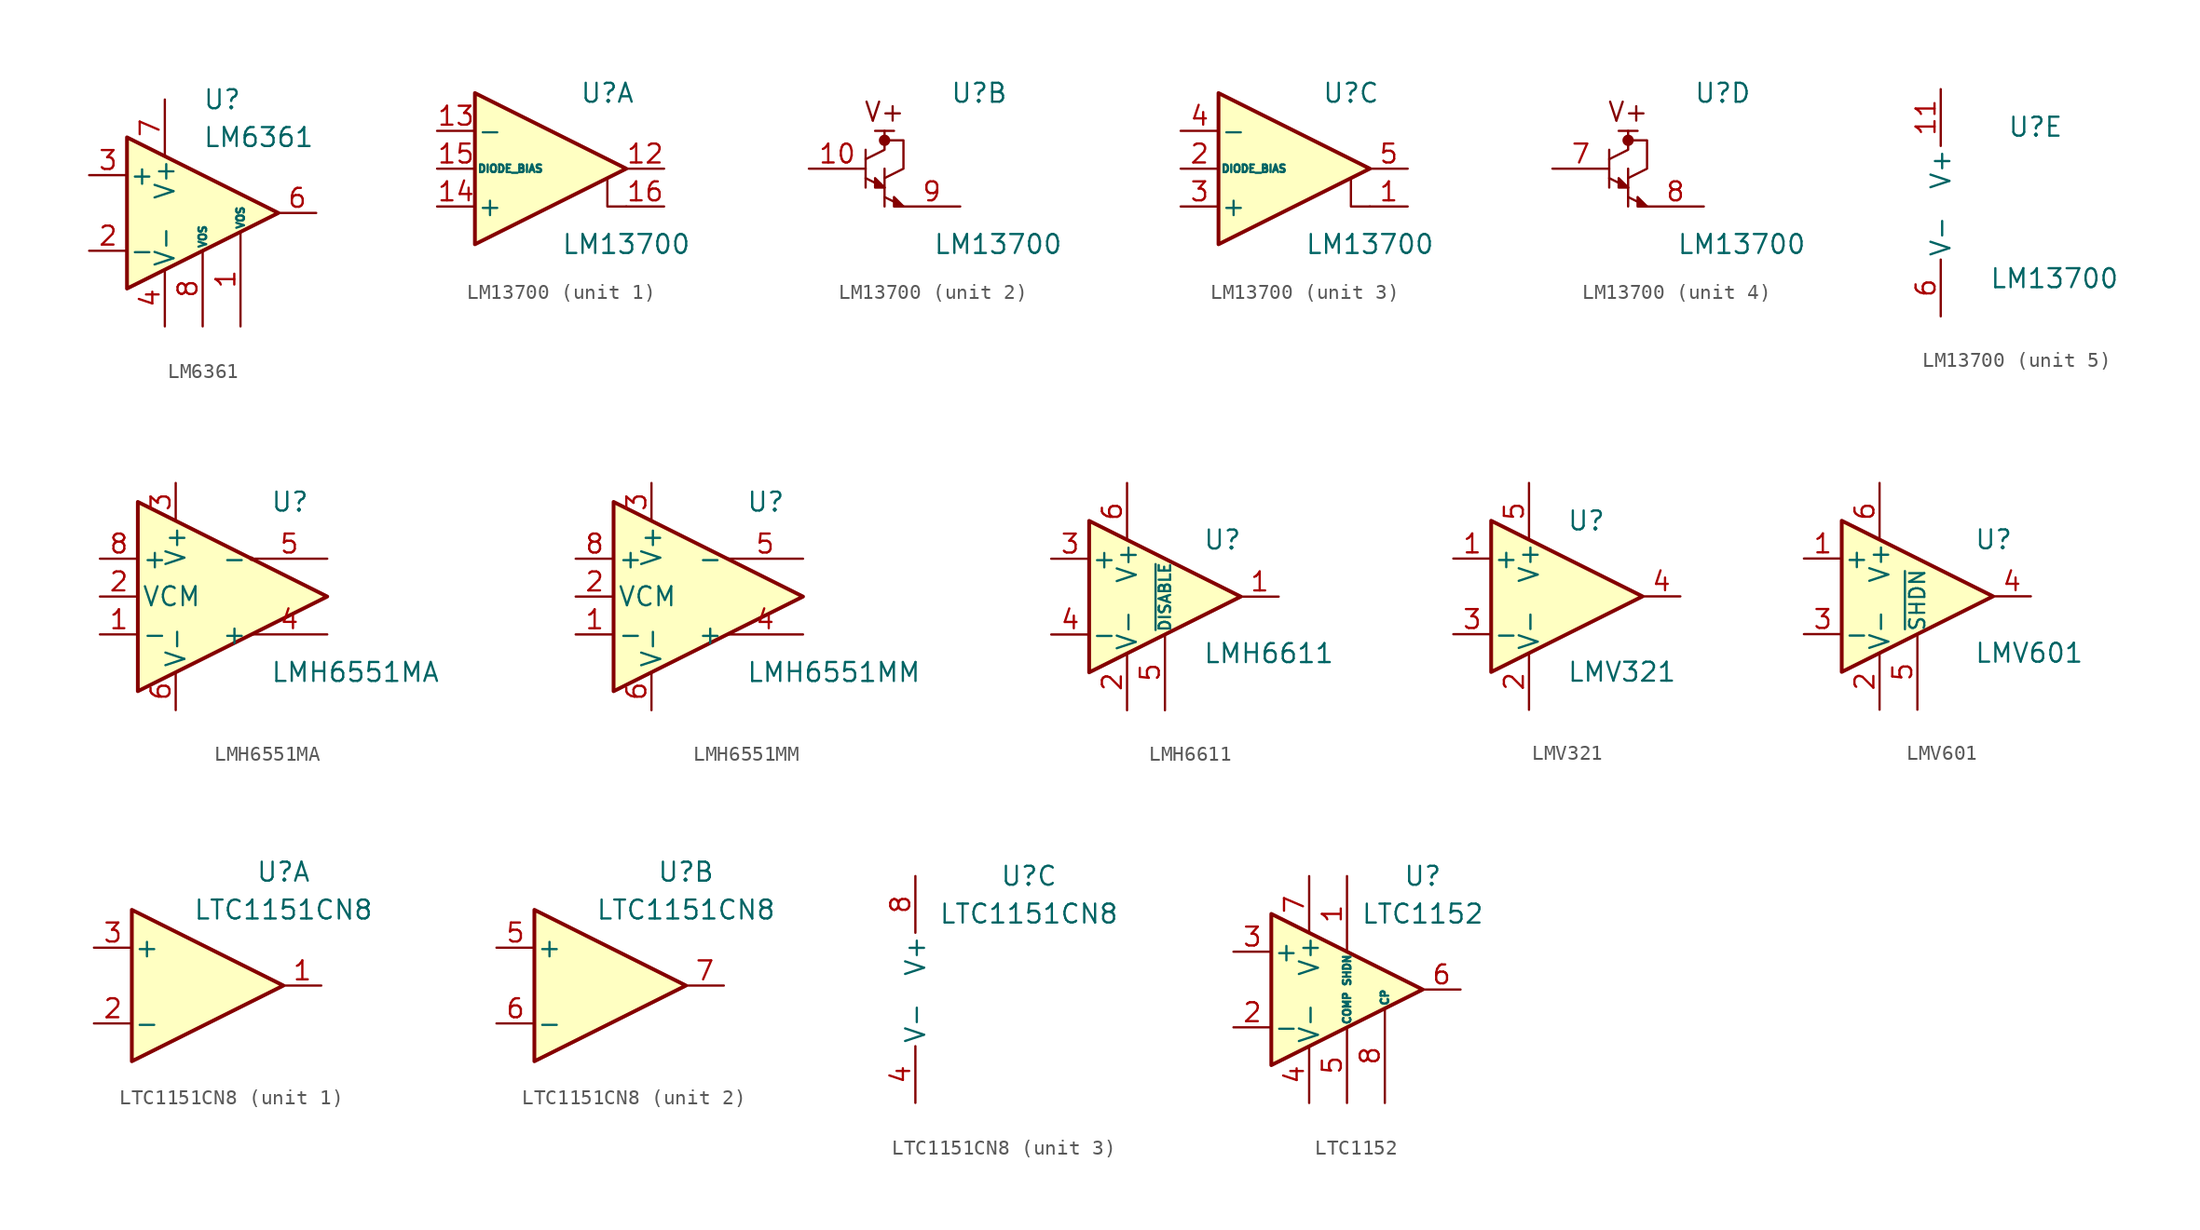
<source format=kicad_sym>
(kicad_symbol_lib
  (version 20201005)
  (generator kicad_symbol_editor)
  (symbol "LM6361"
    (pin_names
      (offset 0.127))
    (property "Reference" "U"
      (at 0 7.62 0)
      (effects (font (size 1.27 1.27)) (justify left)))
    (property "Value" "LM6361"
      (at 0 5.08 0)
      (effects (font (size 1.27 1.27)) (justify left)))
    (symbol "LM6361_0_1"
      (polyline (pts (xy -5.08 5.08) (xy 5.08 0) (xy -5.08 -5.08) (xy -5.08 5.08)) (stroke (width 0.254)) (fill (type background)))
      (pin no_connect line (at 0 2.54 270) (length 2.54) hide (name "NC" (effects (font (size 1.27 1.27)))) (number "5" (effects (font (size 1.27 1.27))))))
    (symbol "LM6361_1_1"
      (pin passive line (at 2.54 -7.62 90) (length 6.35) (name "VOS" (effects (font (size 0.508 0.508)))) (number "1" (effects (font (size 1.27 1.27)))))
      (pin input line (at -7.62 -2.54 0) (length 2.54) (name "-" (effects (font (size 1.27 1.27)))) (number "2" (effects (font (size 1.27 1.27)))))
      (pin input line (at -7.62 2.54 0) (length 2.54) (name "+" (effects (font (size 1.27 1.27)))) (number "3" (effects (font (size 1.27 1.27)))))
      (pin power_in line (at -2.54 -7.62 90) (length 3.81) (name "V-" (effects (font (size 1.27 1.27)))) (number "4" (effects (font (size 1.27 1.27)))))
      (pin output line (at 7.62 0 180) (length 2.54) (name "~" (effects (font (size 1.27 1.27)))) (number "6" (effects (font (size 1.27 1.27)))))
      (pin power_in line (at -2.54 7.62 270) (length 3.81) (name "V+" (effects (font (size 1.27 1.27)))) (number "7" (effects (font (size 1.27 1.27)))))
      (pin passive line (at 0 -7.62 90) (length 5.08) (name "VOS" (effects (font (size 0.508 0.508)))) (number "8" (effects (font (size 1.27 1.27)))))))
  (symbol "LM13700"
    (pin_names
      (offset 0.127))
    (property "Reference" "U"
      (at 3.81 5.08 0)
      (effects (font (size 1.27 1.27))))
    (property "Value" "LM13700"
      (at 5.08 -5.08 0)
      (effects (font (size 1.27 1.27))))
    (property "ki_locked" ""
      (at 0 0 0)
      (effects (font (size 1.27 1.27))))
    (symbol "LM13700_1_1"
      (polyline (pts (xy 3.81 -0.635) (xy 3.81 -2.54) (xy 5.08 -2.54)) (stroke (width 0)) (fill (type none)))
      (polyline (pts (xy 5.08 0) (xy -5.08 -5.08) (xy -5.08 5.08) (xy 5.08 0)) (stroke (width 0.254)) (fill (type background)))
      (pin output line (at 7.62 0 180) (length 2.54) (name "~" (effects (font (size 1.27 1.27)))) (number "12" (effects (font (size 1.27 1.27)))))
      (pin input line (at -7.62 2.54 0) (length 2.54) (name "-" (effects (font (size 1.27 1.27)))) (number "13" (effects (font (size 1.27 1.27)))))
      (pin input line (at -7.62 -2.54 0) (length 2.54) (name "+" (effects (font (size 1.27 1.27)))) (number "14" (effects (font (size 1.27 1.27)))))
      (pin input line (at -7.62 0 0) (length 2.54) (name "DIODE_BIAS" (effects (font (size 0.508 0.508)))) (number "15" (effects (font (size 1.27 1.27)))))
      (pin input line (at 7.62 -2.54 180) (length 2.54) (name "~" (effects (font (size 1.27 1.27)))) (number "16" (effects (font (size 1.27 1.27))))))
    (symbol "LM13700_2_0"
      (polyline (pts (xy -1.905 2.54) (xy -3.175 2.54)) (stroke (width 0)) (fill (type none))))
    (symbol "LM13700_2_1"
      (circle (center -2.54 1.905) (radius 0.254) (stroke (width 0.254)) (fill (type outline)))
      (text "V+" (at -2.54 3.81 0) (effects (font (size 1.27 1.27))))
      (polyline (pts (xy -3.81 -0.635) (xy -2.54 -1.27)) (stroke (width 0)) (fill (type none)))
      (polyline (pts (xy -3.81 1.27) (xy -3.81 -1.27)) (stroke (width 0)) (fill (type none)))
      (polyline (pts (xy -2.54 -1.905) (xy -1.27 -2.54)) (stroke (width 0)) (fill (type none)))
      (polyline (pts (xy -2.54 0) (xy -2.54 -2.54)) (stroke (width 0)) (fill (type none)))
      (polyline (pts (xy -3.81 0.635) (xy -2.54 1.27) (xy -2.54 1.905) (xy -2.54 2.54)) (stroke (width 0)) (fill (type none)))
      (polyline (pts (xy -2.54 -1.27) (xy -3.175 -0.635) (xy -3.175 -1.27) (xy -2.54 -1.27)) (stroke (width 0)) (fill (type outline)))
      (polyline (pts (xy -2.54 -0.635) (xy -1.27 0) (xy -1.27 1.905) (xy -2.54 1.905)) (stroke (width 0)) (fill (type none)))
      (polyline (pts (xy -1.27 -2.54) (xy -1.905 -1.905) (xy -1.905 -2.54) (xy -1.27 -2.54)) (stroke (width 0)) (fill (type outline)))
      (pin input line (at -7.62 0 0) (length 3.81) (name "~" (effects (font (size 1.27 1.27)))) (number "10" (effects (font (size 1.27 1.27)))))
      (pin output line (at 2.54 -2.54 180) (length 3.81) (name "~" (effects (font (size 1.27 1.27)))) (number "9" (effects (font (size 1.27 1.27))))))
    (symbol "LM13700_3_1"
      (polyline (pts (xy 3.81 -0.635) (xy 3.81 -2.54) (xy 5.08 -2.54)) (stroke (width 0)) (fill (type none)))
      (polyline (pts (xy 5.08 0) (xy -5.08 -5.08) (xy -5.08 5.08) (xy 5.08 0)) (stroke (width 0.254)) (fill (type background)))
      (pin input line (at 7.62 -2.54 180) (length 2.54) (name "~" (effects (font (size 1.27 1.27)))) (number "1" (effects (font (size 1.27 1.27)))))
      (pin input line (at -7.62 0 0) (length 2.54) (name "DIODE_BIAS" (effects (font (size 0.508 0.508)))) (number "2" (effects (font (size 1.27 1.27)))))
      (pin input line (at -7.62 -2.54 0) (length 2.54) (name "+" (effects (font (size 1.27 1.27)))) (number "3" (effects (font (size 1.27 1.27)))))
      (pin input line (at -7.62 2.54 0) (length 2.54) (name "-" (effects (font (size 1.27 1.27)))) (number "4" (effects (font (size 1.27 1.27)))))
      (pin output line (at 7.62 0 180) (length 2.54) (name "~" (effects (font (size 1.27 1.27)))) (number "5" (effects (font (size 1.27 1.27))))))
    (symbol "LM13700_4_0"
      (text "V+" (at -2.54 3.81 0) (effects (font (size 1.27 1.27))))
      (polyline (pts (xy -3.175 2.54) (xy -1.905 2.54)) (stroke (width 0)) (fill (type none))))
    (symbol "LM13700_4_1"
      (circle (center -2.54 1.905) (radius 0.254) (stroke (width 0.254)) (fill (type outline)))
      (polyline (pts (xy -3.81 -0.635) (xy -2.54 -1.27)) (stroke (width 0)) (fill (type none)))
      (polyline (pts (xy -3.81 1.27) (xy -3.81 -1.27)) (stroke (width 0)) (fill (type none)))
      (polyline (pts (xy -2.54 -1.905) (xy -1.27 -2.54)) (stroke (width 0)) (fill (type none)))
      (polyline (pts (xy -2.54 0) (xy -2.54 -2.54)) (stroke (width 0)) (fill (type none)))
      (polyline (pts (xy -3.81 0.635) (xy -2.54 1.27) (xy -2.54 2.54)) (stroke (width 0)) (fill (type none)))
      (polyline (pts (xy -2.54 -1.27) (xy -3.175 -0.635) (xy -3.175 -1.27) (xy -2.54 -1.27)) (stroke (width 0)) (fill (type outline)))
      (polyline (pts (xy -2.54 -0.635) (xy -1.27 0) (xy -1.27 1.905) (xy -2.54 1.905)) (stroke (width 0)) (fill (type none)))
      (polyline (pts (xy -1.27 -2.54) (xy -1.905 -1.905) (xy -1.905 -2.54) (xy -1.27 -2.54)) (stroke (width 0)) (fill (type outline)))
      (pin input line (at -7.62 0 0) (length 3.81) (name "~" (effects (font (size 1.27 1.27)))) (number "7" (effects (font (size 1.27 1.27)))))
      (pin output line (at 2.54 -2.54 180) (length 3.81) (name "~" (effects (font (size 1.27 1.27)))) (number "8" (effects (font (size 1.27 1.27))))))
    (symbol "LM13700_5_1"
      (pin power_in line (at -2.54 7.62 270) (length 3.81) (name "V+" (effects (font (size 1.27 1.27)))) (number "11" (effects (font (size 1.27 1.27)))))
      (pin power_in line (at -2.54 -7.62 90) (length 3.81) (name "V-" (effects (font (size 1.27 1.27)))) (number "6" (effects (font (size 1.27 1.27)))))))
  (symbol "LMH6551MA"
    (pin_names
      (offset 0.254))
    (property "Reference" "U"
      (at 3.81 6.35 0)
      (effects (font (size 1.27 1.27)) (justify left)))
    (property "Value" "LMH6551MA"
      (at 3.81 -5.08 0)
      (effects (font (size 1.27 1.27)) (justify left)))
    (symbol "LMH6551MA_0_1"
      (circle (center 2.54 2.54) (radius 0) (stroke (width 0)) (fill (type none)))
      (polyline (pts (xy 7.62 0) (xy -5.08 6.35) (xy -5.08 -6.35) (xy 7.62 0)) (stroke (width 0.254)) (fill (type background))))
    (symbol "LMH6551MA_1_1"
      (pin input line (at -7.62 -2.54 0) (length 2.54) (name "-" (effects (font (size 1.27 1.27)))) (number "1" (effects (font (size 1.27 1.27)))))
      (pin input line (at -7.62 0 0) (length 2.54) (name "VCM" (effects (font (size 1.27 1.27)))) (number "2" (effects (font (size 1.27 1.27)))))
      (pin power_in line (at -2.54 7.62 270) (length 2.54) (name "V+" (effects (font (size 1.27 1.27)))) (number "3" (effects (font (size 1.27 1.27)))))
      (pin output line (at 7.62 -2.54 180) (length 5.08) (name "+" (effects (font (size 1.27 1.27)))) (number "4" (effects (font (size 1.27 1.27)))))
      (pin output line (at 7.62 2.54 180) (length 5.08) (name "-" (effects (font (size 1.27 1.27)))) (number "5" (effects (font (size 1.27 1.27)))))
      (pin power_in line (at -2.54 -7.62 90) (length 2.54) (name "V-" (effects (font (size 1.27 1.27)))) (number "6" (effects (font (size 1.27 1.27)))))
      (pin no_connect line (at 5.08 0 180) (length 2.54) hide (name "NC" (effects (font (size 1.27 1.27)))) (number "7" (effects (font (size 1.27 1.27)))))
      (pin input line (at -7.62 2.54 0) (length 2.54) (name "+" (effects (font (size 1.27 1.27)))) (number "8" (effects (font (size 1.27 1.27)))))))
  (symbol "LMH6551MM"
    (pin_names
      (offset 0.254))
    (property "Reference" "U"
      (at 3.81 6.35 0)
      (effects (font (size 1.27 1.27)) (justify left)))
    (property "Value" "LMH6551MM"
      (at 3.81 -5.08 0)
      (effects (font (size 1.27 1.27)) (justify left)))
    (symbol "LMH6551MM_0_1"
      (polyline (pts (xy 7.62 0) (xy -5.08 6.35) (xy -5.08 -6.35) (xy 7.62 0)) (stroke (width 0.254)) (fill (type background))))
    (symbol "LMH6551MM_1_1"
      (pin input line (at -7.62 -2.54 0) (length 2.54) (name "-" (effects (font (size 1.27 1.27)))) (number "1" (effects (font (size 1.27 1.27)))))
      (pin input line (at -7.62 0 0) (length 2.54) (name "VCM" (effects (font (size 1.27 1.27)))) (number "2" (effects (font (size 1.27 1.27)))))
      (pin power_in line (at -2.54 7.62 270) (length 2.54) (name "V+" (effects (font (size 1.27 1.27)))) (number "3" (effects (font (size 1.27 1.27)))))
      (pin output line (at 7.62 -2.54 180) (length 5.08) (name "+" (effects (font (size 1.27 1.27)))) (number "4" (effects (font (size 1.27 1.27)))))
      (pin output line (at 7.62 2.54 180) (length 5.08) (name "-" (effects (font (size 1.27 1.27)))) (number "5" (effects (font (size 1.27 1.27)))))
      (pin power_in line (at -2.54 -7.62 90) (length 2.54) (name "V-" (effects (font (size 1.27 1.27)))) (number "6" (effects (font (size 1.27 1.27)))))
      (pin no_connect line (at 5.08 0 180) (length 2.54) hide (name "NC" (effects (font (size 1.27 1.27)))) (number "7" (effects (font (size 1.27 1.27)))))
      (pin input line (at -7.62 2.54 0) (length 2.54) (name "+" (effects (font (size 1.27 1.27)))) (number "8" (effects (font (size 1.27 1.27)))))))
  (symbol "LMH6611"
    (pin_names
      (offset 0.127))
    (property "Reference" "U"
      (at 2.54 3.81 0)
      (effects (font (size 1.27 1.27)) (justify left)))
    (property "Value" "LMH6611"
      (at 2.54 -3.81 0)
      (effects (font (size 1.27 1.27)) (justify left)))
    (symbol "LMH6611_0_1"
      (polyline (pts (xy -5.08 5.08) (xy 5.08 0) (xy -5.08 -5.08) (xy -5.08 5.08)) (stroke (width 0.254)) (fill (type background))))
    (symbol "LMH6611_1_1"
      (pin output line (at 7.62 0 180) (length 2.54) (name "~" (effects (font (size 1.27 1.27)))) (number "1" (effects (font (size 1.27 1.27)))))
      (pin power_in line (at -2.54 -7.62 90) (length 3.81) (name "V-" (effects (font (size 1.27 1.27)))) (number "2" (effects (font (size 1.27 1.27)))))
      (pin input line (at -7.62 2.54 0) (length 2.54) (name "+" (effects (font (size 1.27 1.27)))) (number "3" (effects (font (size 1.27 1.27)))))
      (pin input line (at -7.62 -2.54 0) (length 2.54) (name "-" (effects (font (size 1.27 1.27)))) (number "4" (effects (font (size 1.27 1.27)))))
      (pin input line (at 0 -7.62 90) (length 5.08) (name "~DISABLE" (effects (font (size 0.762 0.762)))) (number "5" (effects (font (size 1.27 1.27)))))
      (pin power_in line (at -2.54 7.62 270) (length 3.81) (name "V+" (effects (font (size 1.27 1.27)))) (number "6" (effects (font (size 1.27 1.27)))))))
  (symbol "LMV321"
    (pin_names
      (offset 0.127))
    (property "Reference" "U"
      (at 0 5.08 0)
      (effects (font (size 1.27 1.27)) (justify left)))
    (property "Value" "LMV321"
      (at 0 -5.08 0)
      (effects (font (size 1.27 1.27)) (justify left)))
    (symbol "LMV321_0_1"
      (polyline (pts (xy -5.08 5.08) (xy 5.08 0) (xy -5.08 -5.08) (xy -5.08 5.08)) (stroke (width 0.254)) (fill (type background)))
      (pin power_in line (at -2.54 -7.62 90) (length 3.81) (name "V-" (effects (font (size 1.27 1.27)))) (number "2" (effects (font (size 1.27 1.27)))))
      (pin power_in line (at -2.54 7.62 270) (length 3.81) (name "V+" (effects (font (size 1.27 1.27)))) (number "5" (effects (font (size 1.27 1.27))))))
    (symbol "LMV321_1_1"
      (pin input line (at -7.62 2.54 0) (length 2.54) (name "+" (effects (font (size 1.27 1.27)))) (number "1" (effects (font (size 1.27 1.27)))))
      (pin input line (at -7.62 -2.54 0) (length 2.54) (name "-" (effects (font (size 1.27 1.27)))) (number "3" (effects (font (size 1.27 1.27)))))
      (pin output line (at 7.62 0 180) (length 2.54) (name "~" (effects (font (size 1.27 1.27)))) (number "4" (effects (font (size 1.27 1.27)))))))
  (symbol "LMV601"
    (pin_names
      (offset 0.127))
    (property "Reference" "U"
      (at 3.81 3.81 0)
      (effects (font (size 1.27 1.27)) (justify left)))
    (property "Value" "LMV601"
      (at 3.81 -3.81 0)
      (effects (font (size 1.27 1.27)) (justify left)))
    (symbol "LMV601_0_1"
      (polyline (pts (xy -5.08 5.08) (xy 5.08 0) (xy -5.08 -5.08) (xy -5.08 5.08)) (stroke (width 0.254)) (fill (type background))))
    (symbol "LMV601_1_1"
      (pin input line (at -7.62 2.54 0) (length 2.54) (name "+" (effects (font (size 1.27 1.27)))) (number "1" (effects (font (size 1.27 1.27)))))
      (pin power_in line (at -2.54 -7.62 90) (length 3.81) (name "V-" (effects (font (size 1.27 1.27)))) (number "2" (effects (font (size 1.27 1.27)))))
      (pin input line (at -7.62 -2.54 0) (length 2.54) (name "-" (effects (font (size 1.27 1.27)))) (number "3" (effects (font (size 1.27 1.27)))))
      (pin output line (at 7.62 0 180) (length 2.54) (name "~" (effects (font (size 1.27 1.27)))) (number "4" (effects (font (size 1.27 1.27)))))
      (pin input line (at 0 -7.62 90) (length 5.08) (name "~SHDN" (effects (font (size 1.016 1.016)))) (number "5" (effects (font (size 1.27 1.27)))))
      (pin power_in line (at -2.54 7.62 270) (length 3.81) (name "V+" (effects (font (size 1.27 1.27)))) (number "6" (effects (font (size 1.27 1.27)))))))
  (symbol "LTC1151CN8"
    (pin_names
      (offset 0.127))
    (property "Reference" "U"
      (at 5.08 7.62 0)
      (effects (font (size 1.27 1.27))))
    (property "Value" "LTC1151CN8"
      (at 5.08 5.08 0)
      (effects (font (size 1.27 1.27))))
    (property "ki_locked" ""
      (at 0 0 0)
      (effects (font (size 1.27 1.27))))
    (symbol "LTC1151CN8_1_1"
      (polyline (pts (xy -5.08 5.08) (xy -5.08 -5.08) (xy 5.08 0) (xy -5.08 5.08)) (stroke (width 0.254)) (fill (type background)))
      (pin output line (at 7.62 0 180) (length 2.54) (name "~" (effects (font (size 1.27 1.27)))) (number "1" (effects (font (size 1.27 1.27)))))
      (pin input line (at -7.62 -2.54 0) (length 2.54) (name "-" (effects (font (size 1.27 1.27)))) (number "2" (effects (font (size 1.27 1.27)))))
      (pin input line (at -7.62 2.54 0) (length 2.54) (name "+" (effects (font (size 1.27 1.27)))) (number "3" (effects (font (size 1.27 1.27))))))
    (symbol "LTC1151CN8_2_1"
      (polyline (pts (xy -5.08 5.08) (xy -5.08 -5.08) (xy 5.08 0) (xy -5.08 5.08)) (stroke (width 0.254)) (fill (type background)))
      (pin input line (at -7.62 2.54 0) (length 2.54) (name "+" (effects (font (size 1.27 1.27)))) (number "5" (effects (font (size 1.27 1.27)))))
      (pin input line (at -7.62 -2.54 0) (length 2.54) (name "-" (effects (font (size 1.27 1.27)))) (number "6" (effects (font (size 1.27 1.27)))))
      (pin output line (at 7.62 0 180) (length 2.54) (name "~" (effects (font (size 1.27 1.27)))) (number "7" (effects (font (size 1.27 1.27))))))
    (symbol "LTC1151CN8_3_1"
      (pin power_in line (at -2.54 -7.62 90) (length 3.81) (name "V-" (effects (font (size 1.27 1.27)))) (number "4" (effects (font (size 1.27 1.27)))))
      (pin power_in line (at -2.54 7.62 270) (length 3.81) (name "V+" (effects (font (size 1.27 1.27)))) (number "8" (effects (font (size 1.27 1.27)))))))
  (symbol "LTC1152"
    (pin_names
      (offset 0.127))
    (property "Reference" "U"
      (at 5.08 7.62 0)
      (effects (font (size 1.27 1.27))))
    (property "Value" "LTC1152"
      (at 5.08 5.08 0)
      (effects (font (size 1.27 1.27))))
    (symbol "LTC1152_0_1"
      (polyline (pts (xy -5.08 5.08) (xy -5.08 -5.08) (xy 5.08 0) (xy -5.08 5.08)) (stroke (width 0.254)) (fill (type background))))
    (symbol "LTC1152_1_1"
      (pin input line (at 0 7.62 270) (length 5.08) (name "SHDN" (effects (font (size 0.508 0.508)))) (number "1" (effects (font (size 1.27 1.27)))))
      (pin input line (at -7.62 -2.54 0) (length 2.54) (name "-" (effects (font (size 1.27 1.27)))) (number "2" (effects (font (size 1.27 1.27)))))
      (pin input line (at -7.62 2.54 0) (length 2.54) (name "+" (effects (font (size 1.27 1.27)))) (number "3" (effects (font (size 1.27 1.27)))))
      (pin power_in line (at -2.54 -7.62 90) (length 3.81) (name "V-" (effects (font (size 1.27 1.27)))) (number "4" (effects (font (size 1.27 1.27)))))
      (pin input line (at 0 -7.62 90) (length 5.08) (name "COMP" (effects (font (size 0.508 0.508)))) (number "5" (effects (font (size 1.27 1.27)))))
      (pin output line (at 7.62 0 180) (length 2.54) (name "~" (effects (font (size 1.27 1.27)))) (number "6" (effects (font (size 1.27 1.27)))))
      (pin power_in line (at -2.54 7.62 270) (length 3.81) (name "V+" (effects (font (size 1.27 1.27)))) (number "7" (effects (font (size 1.27 1.27)))))
      (pin output line (at 2.54 -7.62 90) (length 6.35) (name "CP" (effects (font (size 0.508 0.508)))) (number "8" (effects (font (size 1.27 1.27))))))))
</source>
